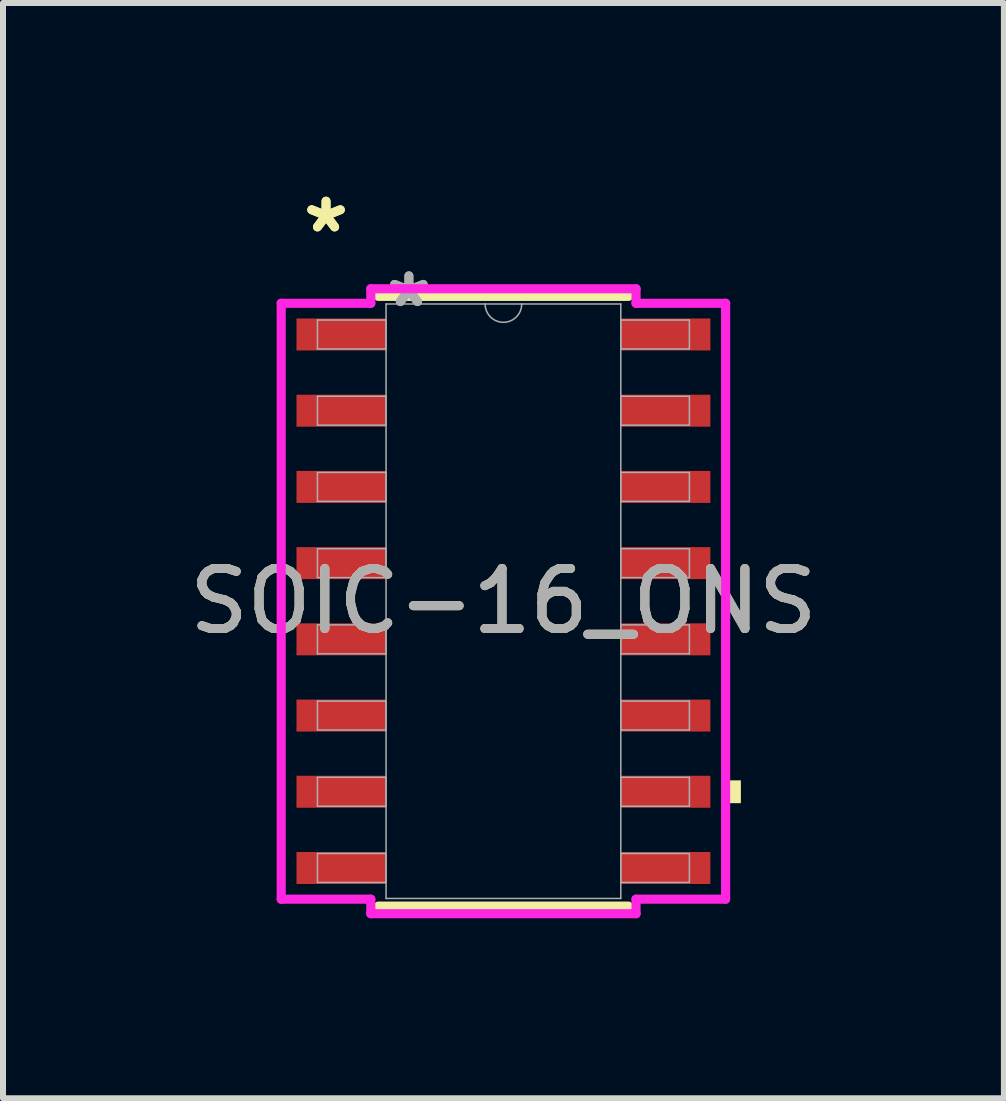
<source format=kicad_pcb>
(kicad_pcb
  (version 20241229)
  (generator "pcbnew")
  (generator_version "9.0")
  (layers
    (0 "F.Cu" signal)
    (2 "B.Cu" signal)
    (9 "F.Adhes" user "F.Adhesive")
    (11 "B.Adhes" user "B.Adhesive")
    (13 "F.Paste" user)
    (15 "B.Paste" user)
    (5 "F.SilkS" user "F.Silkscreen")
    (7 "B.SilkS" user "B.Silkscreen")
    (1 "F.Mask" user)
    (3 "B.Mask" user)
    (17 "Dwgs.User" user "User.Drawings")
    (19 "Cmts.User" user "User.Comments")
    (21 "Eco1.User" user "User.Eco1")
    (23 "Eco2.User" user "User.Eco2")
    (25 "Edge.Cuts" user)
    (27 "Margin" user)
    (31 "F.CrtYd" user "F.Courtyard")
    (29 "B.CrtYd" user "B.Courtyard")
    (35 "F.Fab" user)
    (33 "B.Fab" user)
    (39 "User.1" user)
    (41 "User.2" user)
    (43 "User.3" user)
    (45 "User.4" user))
  (footprint "SOIC-16_ONS"
    (layer "F.Cu")
    (at 5.339 6.969)
    (property "Reference" "SOIC-16_ONS" (at 0 0 0) (unlocked yes) (layer "F.SilkS") (effects (font (size 1 1) (thickness 0.15))))
    (attr smd)
    (fp_line (start -2.083 5.08) (end 2.083 5.08) (stroke (width 0.152) (type solid)) (layer "F.SilkS"))
    (fp_line (start 2.083 -5.08) (end -2.083 -5.08) (stroke (width 0.152) (type solid)) (layer "F.SilkS"))
    (fp_poly (pts (xy 3.957 2.985) (xy 3.957 3.365) (xy 3.703 3.365) (xy 3.703 2.985)) (stroke (width 0) (type solid)) (fill yes) (layer "F.SilkS"))
    (fp_line (start -3.703 -4.965) (end -2.21 -4.965) (stroke (width 0.152) (type solid)) (layer "F.CrtYd"))
    (fp_line (start -3.703 4.965) (end -3.703 -4.965) (stroke (width 0.152) (type solid)) (layer "F.CrtYd"))
    (fp_line (start -3.703 4.965) (end -2.21 4.965) (stroke (width 0.152) (type solid)) (layer "F.CrtYd"))
    (fp_line (start -2.21 -5.207) (end 2.21 -5.207) (stroke (width 0.152) (type solid)) (layer "F.CrtYd"))
    (fp_line (start -2.21 -4.965) (end -2.21 -5.207) (stroke (width 0.152) (type solid)) (layer "F.CrtYd"))
    (fp_line (start -2.21 5.207) (end -2.21 4.965) (stroke (width 0.152) (type solid)) (layer "F.CrtYd"))
    (fp_line (start 2.21 -5.207) (end 2.21 -4.965) (stroke (width 0.152) (type solid)) (layer "F.CrtYd"))
    (fp_line (start 2.21 4.965) (end 2.21 5.207) (stroke (width 0.152) (type solid)) (layer "F.CrtYd"))
    (fp_line (start 2.21 5.207) (end -2.21 5.207) (stroke (width 0.152) (type solid)) (layer "F.CrtYd"))
    (fp_line (start 3.703 -4.965) (end 2.21 -4.965) (stroke (width 0.152) (type solid)) (layer "F.CrtYd"))
    (fp_line (start 3.703 -4.965) (end 3.703 4.965) (stroke (width 0.152) (type solid)) (layer "F.CrtYd"))
    (fp_line (start 3.703 4.965) (end 2.21 4.965) (stroke (width 0.152) (type solid)) (layer "F.CrtYd"))
    (fp_line (start -3.099 -4.686) (end -3.099 -4.204) (stroke (width 0.025) (type solid)) (layer "F.Fab"))
    (fp_line (start -3.099 -4.204) (end -1.956 -4.204) (stroke (width 0.025) (type solid)) (layer "F.Fab"))
    (fp_line (start -3.099 -3.416) (end -3.099 -2.934) (stroke (width 0.025) (type solid)) (layer "F.Fab"))
    (fp_line (start -3.099 -2.934) (end -1.956 -2.934) (stroke (width 0.025) (type solid)) (layer "F.Fab"))
    (fp_line (start -3.099 -2.146) (end -3.099 -1.664) (stroke (width 0.025) (type solid)) (layer "F.Fab"))
    (fp_line (start -3.099 -1.664) (end -1.956 -1.664) (stroke (width 0.025) (type solid)) (layer "F.Fab"))
    (fp_line (start -3.099 -0.876) (end -3.099 -0.394) (stroke (width 0.025) (type solid)) (layer "F.Fab"))
    (fp_line (start -3.099 -0.394) (end -1.956 -0.394) (stroke (width 0.025) (type solid)) (layer "F.Fab"))
    (fp_line (start -3.099 0.394) (end -3.099 0.876) (stroke (width 0.025) (type solid)) (layer "F.Fab"))
    (fp_line (start -3.099 0.876) (end -1.956 0.876) (stroke (width 0.025) (type solid)) (layer "F.Fab"))
    (fp_line (start -3.099 1.664) (end -3.099 2.146) (stroke (width 0.025) (type solid)) (layer "F.Fab"))
    (fp_line (start -3.099 2.146) (end -1.956 2.146) (stroke (width 0.025) (type solid)) (layer "F.Fab"))
    (fp_line (start -3.099 2.934) (end -3.099 3.416) (stroke (width 0.025) (type solid)) (layer "F.Fab"))
    (fp_line (start -3.099 3.416) (end -1.956 3.416) (stroke (width 0.025) (type solid)) (layer "F.Fab"))
    (fp_line (start -3.099 4.204) (end -3.099 4.686) (stroke (width 0.025) (type solid)) (layer "F.Fab"))
    (fp_line (start -3.099 4.686) (end -1.956 4.686) (stroke (width 0.025) (type solid)) (layer "F.Fab"))
    (fp_line (start -1.956 -4.953) (end -1.956 4.953) (stroke (width 0.025) (type solid)) (layer "F.Fab"))
    (fp_line (start -1.956 -4.686) (end -3.099 -4.686) (stroke (width 0.025) (type solid)) (layer "F.Fab"))
    (fp_line (start -1.956 -4.204) (end -1.956 -4.686) (stroke (width 0.025) (type solid)) (layer "F.Fab"))
    (fp_line (start -1.956 -3.416) (end -3.099 -3.416) (stroke (width 0.025) (type solid)) (layer "F.Fab"))
    (fp_line (start -1.956 -2.934) (end -1.956 -3.416) (stroke (width 0.025) (type solid)) (layer "F.Fab"))
    (fp_line (start -1.956 -2.146) (end -3.099 -2.146) (stroke (width 0.025) (type solid)) (layer "F.Fab"))
    (fp_line (start -1.956 -1.664) (end -1.956 -2.146) (stroke (width 0.025) (type solid)) (layer "F.Fab"))
    (fp_line (start -1.956 -0.876) (end -3.099 -0.876) (stroke (width 0.025) (type solid)) (layer "F.Fab"))
    (fp_line (start -1.956 -0.394) (end -1.956 -0.876) (stroke (width 0.025) (type solid)) (layer "F.Fab"))
    (fp_line (start -1.956 0.394) (end -3.099 0.394) (stroke (width 0.025) (type solid)) (layer "F.Fab"))
    (fp_line (start -1.956 0.876) (end -1.956 0.394) (stroke (width 0.025) (type solid)) (layer "F.Fab"))
    (fp_line (start -1.956 1.664) (end -3.099 1.664) (stroke (width 0.025) (type solid)) (layer "F.Fab"))
    (fp_line (start -1.956 2.146) (end -1.956 1.664) (stroke (width 0.025) (type solid)) (layer "F.Fab"))
    (fp_line (start -1.956 2.934) (end -3.099 2.934) (stroke (width 0.025) (type solid)) (layer "F.Fab"))
    (fp_line (start -1.956 3.416) (end -1.956 2.934) (stroke (width 0.025) (type solid)) (layer "F.Fab"))
    (fp_line (start -1.956 4.204) (end -3.099 4.204) (stroke (width 0.025) (type solid)) (layer "F.Fab"))
    (fp_line (start -1.956 4.686) (end -1.956 4.204) (stroke (width 0.025) (type solid)) (layer "F.Fab"))
    (fp_line (start -1.956 4.953) (end 1.956 4.953) (stroke (width 0.025) (type solid)) (layer "F.Fab"))
    (fp_line (start 1.956 -4.953) (end -1.956 -4.953) (stroke (width 0.025) (type solid)) (layer "F.Fab"))
    (fp_line (start 1.956 -4.686) (end 1.956 -4.204) (stroke (width 0.025) (type solid)) (layer "F.Fab"))
    (fp_line (start 1.956 -4.204) (end 3.099 -4.204) (stroke (width 0.025) (type solid)) (layer "F.Fab"))
    (fp_line (start 1.956 -3.416) (end 1.956 -2.934) (stroke (width 0.025) (type solid)) (layer "F.Fab"))
    (fp_line (start 1.956 -2.934) (end 3.099 -2.934) (stroke (width 0.025) (type solid)) (layer "F.Fab"))
    (fp_line (start 1.956 -2.146) (end 1.956 -1.664) (stroke (width 0.025) (type solid)) (layer "F.Fab"))
    (fp_line (start 1.956 -1.664) (end 3.099 -1.664) (stroke (width 0.025) (type solid)) (layer "F.Fab"))
    (fp_line (start 1.956 -0.876) (end 1.956 -0.394) (stroke (width 0.025) (type solid)) (layer "F.Fab"))
    (fp_line (start 1.956 -0.394) (end 3.099 -0.394) (stroke (width 0.025) (type solid)) (layer "F.Fab"))
    (fp_line (start 1.956 0.394) (end 1.956 0.876) (stroke (width 0.025) (type solid)) (layer "F.Fab"))
    (fp_line (start 1.956 0.876) (end 3.099 0.876) (stroke (width 0.025) (type solid)) (layer "F.Fab"))
    (fp_line (start 1.956 1.664) (end 1.956 2.146) (stroke (width 0.025) (type solid)) (layer "F.Fab"))
    (fp_line (start 1.956 2.146) (end 3.099 2.146) (stroke (width 0.025) (type solid)) (layer "F.Fab"))
    (fp_line (start 1.956 2.934) (end 1.956 3.416) (stroke (width 0.025) (type solid)) (layer "F.Fab"))
    (fp_line (start 1.956 3.416) (end 3.099 3.416) (stroke (width 0.025) (type solid)) (layer "F.Fab"))
    (fp_line (start 1.956 4.204) (end 1.956 4.686) (stroke (width 0.025) (type solid)) (layer "F.Fab"))
    (fp_line (start 1.956 4.686) (end 3.099 4.686) (stroke (width 0.025) (type solid)) (layer "F.Fab"))
    (fp_line (start 1.956 4.953) (end 1.956 -4.953) (stroke (width 0.025) (type solid)) (layer "F.Fab"))
    (fp_line (start 3.099 -4.686) (end 1.956 -4.686) (stroke (width 0.025) (type solid)) (layer "F.Fab"))
    (fp_line (start 3.099 -4.204) (end 3.099 -4.686) (stroke (width 0.025) (type solid)) (layer "F.Fab"))
    (fp_line (start 3.099 -3.416) (end 1.956 -3.416) (stroke (width 0.025) (type solid)) (layer "F.Fab"))
    (fp_line (start 3.099 -2.934) (end 3.099 -3.416) (stroke (width 0.025) (type solid)) (layer "F.Fab"))
    (fp_line (start 3.099 -2.146) (end 1.956 -2.146) (stroke (width 0.025) (type solid)) (layer "F.Fab"))
    (fp_line (start 3.099 -1.664) (end 3.099 -2.146) (stroke (width 0.025) (type solid)) (layer "F.Fab"))
    (fp_line (start 3.099 -0.876) (end 1.956 -0.876) (stroke (width 0.025) (type solid)) (layer "F.Fab"))
    (fp_line (start 3.099 -0.394) (end 3.099 -0.876) (stroke (width 0.025) (type solid)) (layer "F.Fab"))
    (fp_line (start 3.099 0.394) (end 1.956 0.394) (stroke (width 0.025) (type solid)) (layer "F.Fab"))
    (fp_line (start 3.099 0.876) (end 3.099 0.394) (stroke (width 0.025) (type solid)) (layer "F.Fab"))
    (fp_line (start 3.099 1.664) (end 1.956 1.664) (stroke (width 0.025) (type solid)) (layer "F.Fab"))
    (fp_line (start 3.099 2.146) (end 3.099 1.664) (stroke (width 0.025) (type solid)) (layer "F.Fab"))
    (fp_line (start 3.099 2.934) (end 1.956 2.934) (stroke (width 0.025) (type solid)) (layer "F.Fab"))
    (fp_line (start 3.099 3.416) (end 3.099 2.934) (stroke (width 0.025) (type solid)) (layer "F.Fab"))
    (fp_line (start 3.099 4.204) (end 1.956 4.204) (stroke (width 0.025) (type solid)) (layer "F.Fab"))
    (fp_line (start 3.099 4.686) (end 3.099 4.204) (stroke (width 0.025) (type solid)) (layer "F.Fab"))
    (fp_arc (start 0.3048 -4.953) (mid 0 -4.6482) (end -0.3048 -4.953) (stroke (width 0.0254) (type solid)) (layer "F.Fab"))
    (fp_text user "*" (at -2.956 -6.121 0) (unlocked yes) (layer "F.SilkS") (effects (font (size 1 1) (thickness 0.15))))
    (fp_text user "*" (at -2.956 -6.121 0) (layer "F.SilkS") (effects (font (size 1 1) (thickness 0.15))))
    (fp_text user "*" (at -1.575 -4.877 0) (layer "F.Fab") (effects (font (size 1 1) (thickness 0.15))))
    (fp_text user "${REFERENCE}" (at 0 0 0) (unlocked yes) (layer "F.Fab") (effects (font (size 1 1) (thickness 0.15))))
    (fp_text user "*" (at -1.575 -4.877 0) (unlocked yes) (layer "F.Fab") (effects (font (size 1 1) (thickness 0.15))))
    (pad "1" smd rect (at -2.702 -4.445) (size 1.493 0.533) (layers "F.Cu" "F.Mask" "F.Paste"))
    (pad "2" smd rect (at -2.702 -3.175) (size 1.493 0.533) (layers "F.Cu" "F.Mask" "F.Paste"))
    (pad "3" smd rect (at -2.702 -1.905) (size 1.493 0.533) (layers "F.Cu" "F.Mask" "F.Paste"))
    (pad "4" smd rect (at -2.702 -0.635) (size 1.493 0.533) (layers "F.Cu" "F.Mask" "F.Paste"))
    (pad "5" smd rect (at -2.702 0.635) (size 1.493 0.533) (layers "F.Cu" "F.Mask" "F.Paste"))
    (pad "6" smd rect (at -2.702 1.905) (size 1.493 0.533) (layers "F.Cu" "F.Mask" "F.Paste"))
    (pad "7" smd rect (at -2.702 3.175) (size 1.493 0.533) (layers "F.Cu" "F.Mask" "F.Paste"))
    (pad "8" smd rect (at -2.702 4.445) (size 1.493 0.533) (layers "F.Cu" "F.Mask" "F.Paste"))
    (pad "9" smd rect (at 2.702 4.445) (size 1.493 0.533) (layers "F.Cu" "F.Mask" "F.Paste"))
    (pad "10" smd rect (at 2.702 3.175) (size 1.493 0.533) (layers "F.Cu" "F.Mask" "F.Paste"))
    (pad "11" smd rect (at 2.702 1.905) (size 1.493 0.533) (layers "F.Cu" "F.Mask" "F.Paste"))
    (pad "12" smd rect (at 2.702 0.635) (size 1.493 0.533) (layers "F.Cu" "F.Mask" "F.Paste"))
    (pad "13" smd rect (at 2.702 -0.635) (size 1.493 0.533) (layers "F.Cu" "F.Mask" "F.Paste"))
    (pad "14" smd rect (at 2.702 -1.905) (size 1.493 0.533) (layers "F.Cu" "F.Mask" "F.Paste"))
    (pad "15" smd rect (at 2.702 -3.175) (size 1.493 0.533) (layers "F.Cu" "F.Mask" "F.Paste"))
    (pad "16" smd rect (at 2.702 -4.445) (size 1.493 0.533) (layers "F.Cu" "F.Mask" "F.Paste")))
  (gr_rect
    (start -3 -3)
    (end 13.679 15.252)
    (stroke (width 0.1) (type default))
    (fill no)
    (layer "Edge.Cuts")))
</source>
